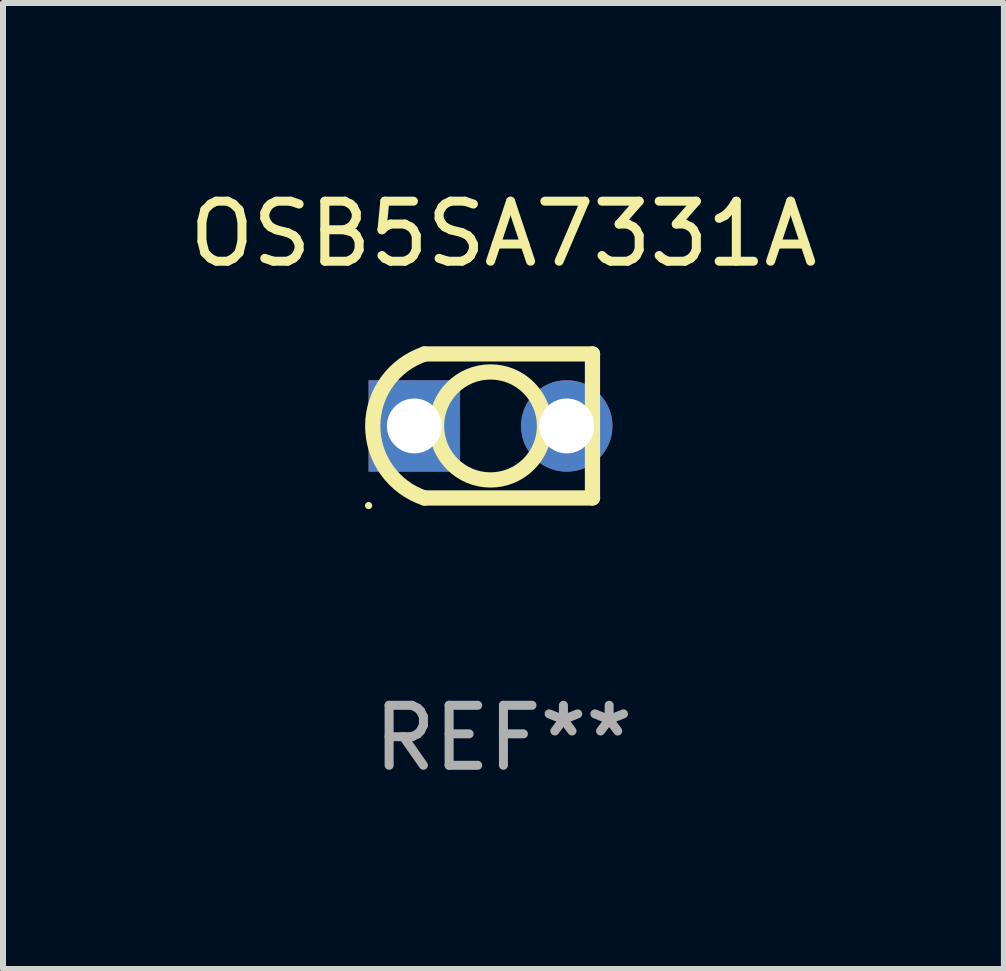
<source format=kicad_pcb>
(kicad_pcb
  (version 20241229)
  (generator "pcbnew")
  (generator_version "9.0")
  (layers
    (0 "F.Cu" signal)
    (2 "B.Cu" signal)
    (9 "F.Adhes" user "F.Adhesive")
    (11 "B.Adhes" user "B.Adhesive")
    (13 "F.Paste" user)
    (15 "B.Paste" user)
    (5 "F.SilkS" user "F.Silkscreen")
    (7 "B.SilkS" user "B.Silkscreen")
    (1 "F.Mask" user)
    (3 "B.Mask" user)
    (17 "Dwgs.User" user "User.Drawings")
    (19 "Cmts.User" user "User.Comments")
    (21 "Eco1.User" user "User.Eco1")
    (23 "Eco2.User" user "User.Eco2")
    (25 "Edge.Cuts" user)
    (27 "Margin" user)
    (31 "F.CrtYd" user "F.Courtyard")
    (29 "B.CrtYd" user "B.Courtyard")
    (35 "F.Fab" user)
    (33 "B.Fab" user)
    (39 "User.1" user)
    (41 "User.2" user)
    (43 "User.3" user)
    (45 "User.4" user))
  (footprint "OSB5SA7331A"
    (layer "F.Cu")
    (at 5.339 4.048)
    (property "Reference" "OSB5SA7331A" (at 0 -3.2 0) (layer "F.SilkS") (effects (font (size 1 1) (thickness 0.15))))
    (attr through_hole)
    (fp_line (start -1.315 -1.2) (end 1.485 -1.2) (stroke (width 0.254) (type solid)) (layer "F.SilkS"))
    (fp_line (start -1.315 1.2) (end 1.485 1.2) (stroke (width 0.254) (type solid)) (layer "F.SilkS"))
    (fp_line (start 1.484 -1.199) (end 1.484 1.199) (stroke (width 0.254) (type solid)) (layer "F.SilkS"))
    (fp_arc (start -1.312967 1.201524) (mid -2.177583 0.001524) (end -1.312967 -1.198476) (stroke (width 0.254001) (type solid)) (layer "F.SilkS"))
    (fp_circle (center -2.247 1.327) (end -2.217 1.327) (stroke (width 0.06) (type solid)) (fill no) (layer "F.SilkS"))
    (fp_circle (center -0.215 0) (end 0.685 0) (stroke (width 0.254) (type solid)) (fill no) (layer "F.SilkS"))
    (fp_text user "REF**" (at 0 5.2 0) (layer "F.Fab") (effects (font (size 1 1) (thickness 0.15))))
    (pad "1" thru_hole rect (at -1.485 0) (size 1.524 1.524) (drill 0.914) (layers "*.Cu" "*.Mask"))
    (pad "2" thru_hole circle (at 1.055 0) (size 1.524 1.524) (drill 0.914) (layers "*.Cu" "*.Mask")))
  (gr_rect
    (start -3 -3)
    (end 13.679 13.097)
    (stroke (width 0.1) (type default))
    (fill no)
    (layer "Edge.Cuts")))
</source>
